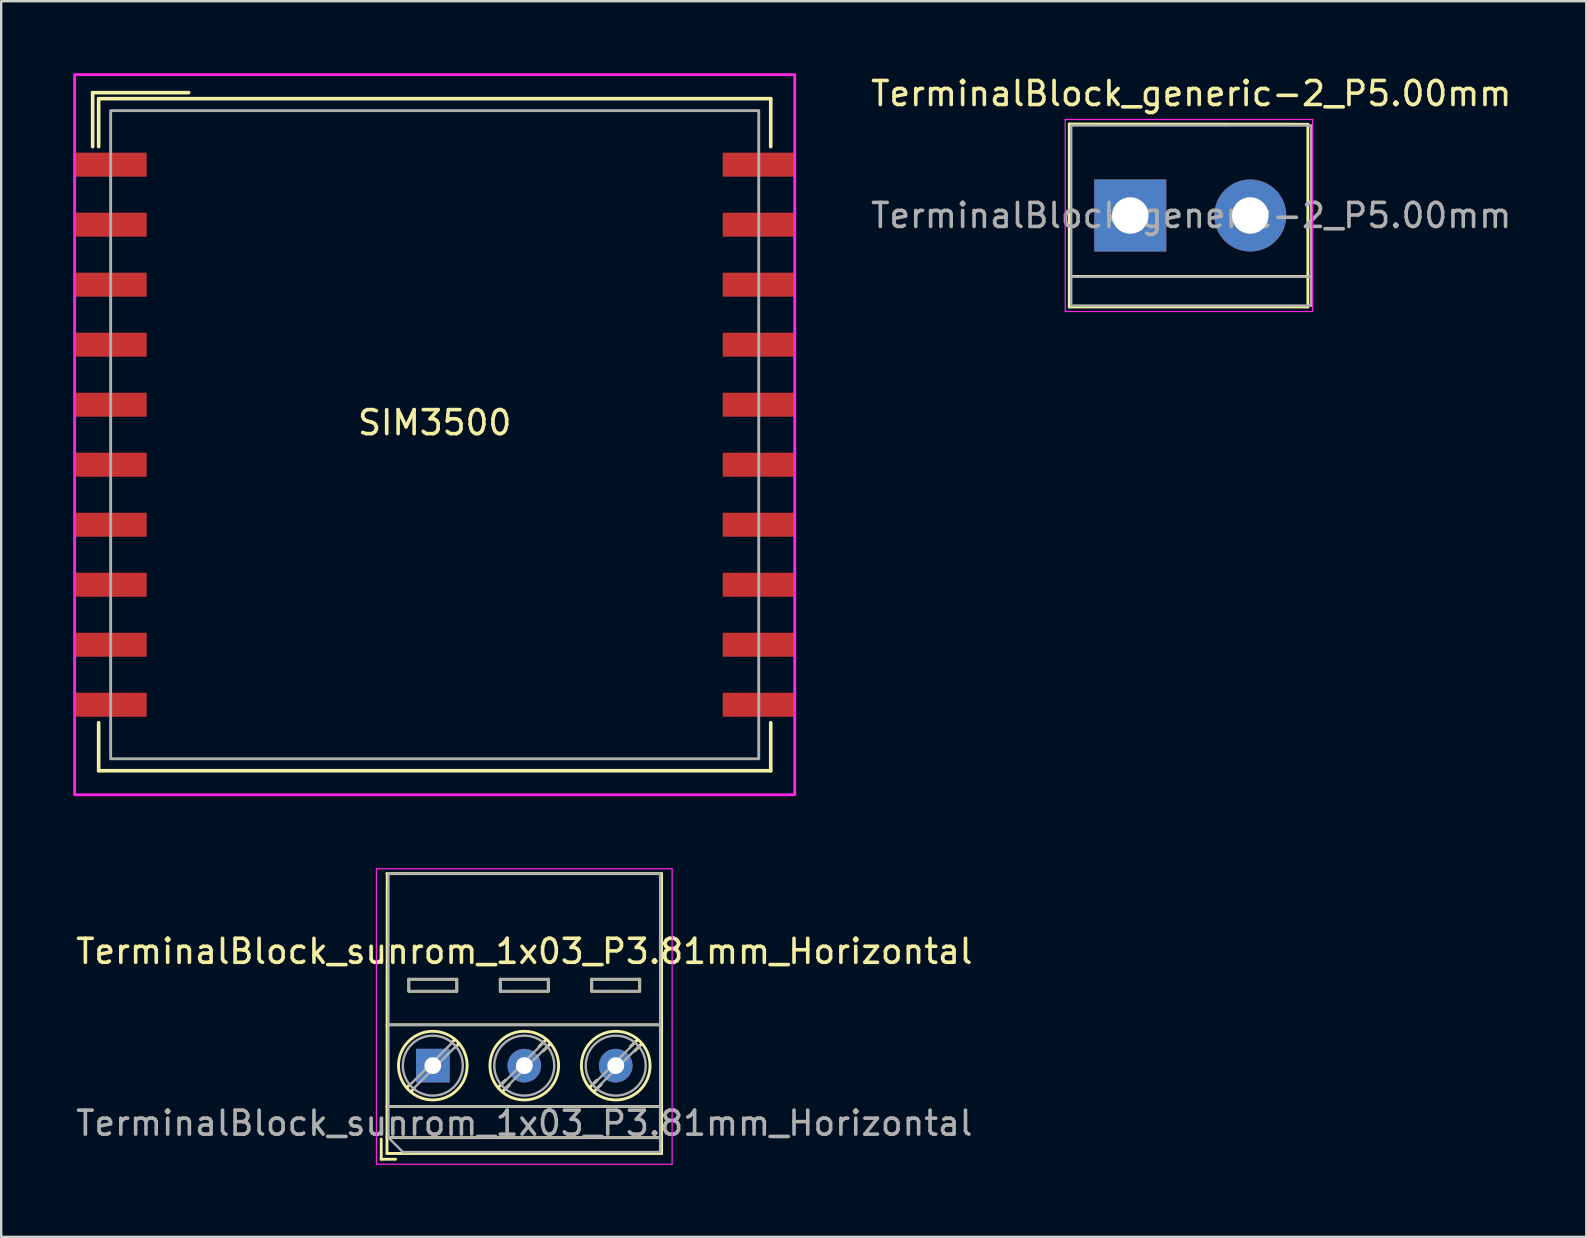
<source format=kicad_pcb>
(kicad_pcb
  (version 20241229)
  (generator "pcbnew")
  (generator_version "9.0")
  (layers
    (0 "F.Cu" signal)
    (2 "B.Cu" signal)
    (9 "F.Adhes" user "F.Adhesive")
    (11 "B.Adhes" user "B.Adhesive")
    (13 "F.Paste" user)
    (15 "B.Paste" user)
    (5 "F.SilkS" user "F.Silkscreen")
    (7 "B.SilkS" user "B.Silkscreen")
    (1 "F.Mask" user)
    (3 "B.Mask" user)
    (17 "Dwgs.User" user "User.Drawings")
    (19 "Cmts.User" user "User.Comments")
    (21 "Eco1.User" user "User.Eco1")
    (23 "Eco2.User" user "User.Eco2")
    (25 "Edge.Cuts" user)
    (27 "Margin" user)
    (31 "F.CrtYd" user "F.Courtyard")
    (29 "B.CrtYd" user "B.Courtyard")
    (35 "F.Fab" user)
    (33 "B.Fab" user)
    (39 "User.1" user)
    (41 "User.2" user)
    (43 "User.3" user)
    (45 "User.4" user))
  (footprint "TerminalBlock_sunrom_1x03_P3.81mm_Horizontal"
    (layer "F.Cu")
    (at 14.982 41.345)
    (property "Reference" "TerminalBlock_sunrom_1x03_P3.81mm_Horizontal" (at 3.81 -4.76 0) (layer "F.SilkS") (effects (font (size 1 1) (thickness 0.15))))
    (attr through_hole)
    (fp_line (start -2.15 3.06) (end -2.15 3.9) (stroke (width 0.12) (type solid)) (layer "F.SilkS"))
    (fp_line (start -2.15 3.9) (end -1.55 3.9) (stroke (width 0.12) (type solid)) (layer "F.SilkS"))
    (fp_line (start -1.91 -8) (end 9.53 -8) (stroke (width 0.12) (type solid)) (layer "F.SilkS"))
    (fp_line (start -1.91 -1.7) (end 9.53 -1.7) (stroke (width 0.12) (type solid)) (layer "F.SilkS"))
    (fp_line (start -1.91 1.701) (end 9.53 1.701) (stroke (width 0.12) (type solid)) (layer "F.SilkS"))
    (fp_line (start -1.91 3) (end 9.53 3) (stroke (width 0.12) (type solid)) (layer "F.SilkS"))
    (fp_line (start -1.91 3.66) (end 9.53 3.66) (stroke (width 0.12) (type solid)) (layer "F.SilkS"))
    (fp_line (start -1.9 -8) (end -1.91 3.66) (stroke (width 0.12) (type solid)) (layer "F.SilkS"))
    (fp_line (start -1 -3.6) (end -1 -3.1) (stroke (width 0.12) (type solid)) (layer "F.SilkS"))
    (fp_line (start -1 -3.6) (end 1 -3.6) (stroke (width 0.12) (type solid)) (layer "F.SilkS"))
    (fp_line (start -1 -3.1) (end 1 -3.1) (stroke (width 0.12) (type solid)) (layer "F.SilkS"))
    (fp_line (start -0.946 0.771) (end -1.085 0.91) (stroke (width 0.12) (type solid)) (layer "F.SilkS"))
    (fp_line (start -0.771 0.945) (end -0.911 1.085) (stroke (width 0.12) (type solid)) (layer "F.SilkS"))
    (fp_line (start 0.911 -1.085) (end 0.771 -0.945) (stroke (width 0.12) (type solid)) (layer "F.SilkS"))
    (fp_line (start 1 -3.6) (end 1 -3.1) (stroke (width 0.12) (type solid)) (layer "F.SilkS"))
    (fp_line (start 1.085 -0.91) (end 0.945 -0.771) (stroke (width 0.12) (type solid)) (layer "F.SilkS"))
    (fp_line (start 2.81 -3.6) (end 2.81 -3.1) (stroke (width 0.12) (type solid)) (layer "F.SilkS"))
    (fp_line (start 2.81 -3.6) (end 4.81 -3.6) (stroke (width 0.12) (type solid)) (layer "F.SilkS"))
    (fp_line (start 2.81 -3.1) (end 4.81 -3.1) (stroke (width 0.12) (type solid)) (layer "F.SilkS"))
    (fp_line (start 3.025 0.611) (end 2.726 0.91) (stroke (width 0.12) (type solid)) (layer "F.SilkS"))
    (fp_line (start 3.2 0.786) (end 2.9 1.085) (stroke (width 0.12) (type solid)) (layer "F.SilkS"))
    (fp_line (start 4.721 -1.085) (end 4.421 -0.786) (stroke (width 0.12) (type solid)) (layer "F.SilkS"))
    (fp_line (start 4.81 -3.6) (end 4.81 -3.1) (stroke (width 0.12) (type solid)) (layer "F.SilkS"))
    (fp_line (start 4.895 -0.91) (end 4.596 -0.611) (stroke (width 0.12) (type solid)) (layer "F.SilkS"))
    (fp_line (start 6.62 -3.6) (end 6.62 -3.1) (stroke (width 0.12) (type solid)) (layer "F.SilkS"))
    (fp_line (start 6.62 -3.6) (end 8.62 -3.6) (stroke (width 0.12) (type solid)) (layer "F.SilkS"))
    (fp_line (start 6.62 -3.1) (end 8.62 -3.1) (stroke (width 0.12) (type solid)) (layer "F.SilkS"))
    (fp_line (start 6.835 0.611) (end 6.536 0.91) (stroke (width 0.12) (type solid)) (layer "F.SilkS"))
    (fp_line (start 7.01 0.786) (end 6.71 1.085) (stroke (width 0.12) (type solid)) (layer "F.SilkS"))
    (fp_line (start 8.531 -1.085) (end 8.231 -0.786) (stroke (width 0.12) (type solid)) (layer "F.SilkS"))
    (fp_line (start 8.62 -3.6) (end 8.62 -3.1) (stroke (width 0.12) (type solid)) (layer "F.SilkS"))
    (fp_line (start 8.705 -0.91) (end 8.406 -0.611) (stroke (width 0.12) (type solid)) (layer "F.SilkS"))
    (fp_line (start 9.53 -8) (end 9.53 3.66) (stroke (width 0.12) (type solid)) (layer "F.SilkS"))
    (fp_circle (center 0 0) (end 1.43 0) (stroke (width 0.12) (type solid)) (fill no) (layer "F.SilkS"))
    (fp_circle (center 3.81 0) (end 5.24 0) (stroke (width 0.12) (type solid)) (fill no) (layer "F.SilkS"))
    (fp_circle (center 7.62 0) (end 9.05 0) (stroke (width 0.12) (type solid)) (fill no) (layer "F.SilkS"))
    (fp_line (start -2.35 -8.2) (end -2.35 4.11) (stroke (width 0.05) (type solid)) (layer "F.CrtYd"))
    (fp_line (start -2.35 4.11) (end 9.97 4.11) (stroke (width 0.05) (type solid)) (layer "F.CrtYd"))
    (fp_line (start 9.97 -8.2) (end -2.35 -8.2) (stroke (width 0.05) (type solid)) (layer "F.CrtYd"))
    (fp_line (start 9.97 4.11) (end 9.97 -8.2) (stroke (width 0.05) (type solid)) (layer "F.CrtYd"))
    (fp_line (start -1.85 -8) (end 9.47 -8) (stroke (width 0.1) (type solid)) (layer "F.Fab"))
    (fp_line (start -1.85 -1.7) (end 9.47 -1.7) (stroke (width 0.1) (type solid)) (layer "F.Fab"))
    (fp_line (start -1.85 1.7) (end 9.47 1.7) (stroke (width 0.1) (type solid)) (layer "F.Fab"))
    (fp_line (start -1.85 3) (end -1.85 -8) (stroke (width 0.1) (type solid)) (layer "F.Fab"))
    (fp_line (start -1.85 3) (end 9.47 3) (stroke (width 0.1) (type solid)) (layer "F.Fab"))
    (fp_line (start -1.25 3.6) (end -1.85 3) (stroke (width 0.1) (type solid)) (layer "F.Fab"))
    (fp_line (start -1 -3.6) (end -1 -3.1) (stroke (width 0.1) (type solid)) (layer "F.Fab"))
    (fp_line (start -1 -3.1) (end 1 -3.1) (stroke (width 0.1) (type solid)) (layer "F.Fab"))
    (fp_line (start 0.796 -0.948) (end -0.949 0.796) (stroke (width 0.1) (type solid)) (layer "F.Fab"))
    (fp_line (start 0.949 -0.796) (end -0.796 0.948) (stroke (width 0.1) (type solid)) (layer "F.Fab"))
    (fp_line (start 1 -3.6) (end -1 -3.6) (stroke (width 0.1) (type solid)) (layer "F.Fab"))
    (fp_line (start 1 -3.1) (end 1 -3.6) (stroke (width 0.1) (type solid)) (layer "F.Fab"))
    (fp_line (start 2.81 -3.6) (end 2.81 -3.1) (stroke (width 0.1) (type solid)) (layer "F.Fab"))
    (fp_line (start 2.81 -3.1) (end 4.81 -3.1) (stroke (width 0.1) (type solid)) (layer "F.Fab"))
    (fp_line (start 4.606 -0.948) (end 2.862 0.796) (stroke (width 0.1) (type solid)) (layer "F.Fab"))
    (fp_line (start 4.759 -0.796) (end 3.015 0.948) (stroke (width 0.1) (type solid)) (layer "F.Fab"))
    (fp_line (start 4.81 -3.6) (end 2.81 -3.6) (stroke (width 0.1) (type solid)) (layer "F.Fab"))
    (fp_line (start 4.81 -3.1) (end 4.81 -3.6) (stroke (width 0.1) (type solid)) (layer "F.Fab"))
    (fp_line (start 6.62 -3.6) (end 6.62 -3.1) (stroke (width 0.1) (type solid)) (layer "F.Fab"))
    (fp_line (start 6.62 -3.1) (end 8.62 -3.1) (stroke (width 0.1) (type solid)) (layer "F.Fab"))
    (fp_line (start 8.416 -0.948) (end 6.672 0.796) (stroke (width 0.1) (type solid)) (layer "F.Fab"))
    (fp_line (start 8.569 -0.796) (end 6.825 0.948) (stroke (width 0.1) (type solid)) (layer "F.Fab"))
    (fp_line (start 8.62 -3.6) (end 6.62 -3.6) (stroke (width 0.1) (type solid)) (layer "F.Fab"))
    (fp_line (start 8.62 -3.1) (end 8.62 -3.6) (stroke (width 0.1) (type solid)) (layer "F.Fab"))
    (fp_line (start 9.47 -8) (end 9.47 3.6) (stroke (width 0.1) (type solid)) (layer "F.Fab"))
    (fp_line (start 9.47 3.6) (end -1.25 3.6) (stroke (width 0.1) (type solid)) (layer "F.Fab"))
    (fp_circle (center 0 0) (end 1.25 0) (stroke (width 0.1) (type solid)) (fill no) (layer "F.Fab"))
    (fp_circle (center 3.81 0) (end 5.06 0) (stroke (width 0.1) (type solid)) (fill no) (layer "F.Fab"))
    (fp_circle (center 7.62 0) (end 8.87 0) (stroke (width 0.1) (type solid)) (fill no) (layer "F.Fab"))
    (fp_text user "${REFERENCE}" (at 3.81 2.4 0) (layer "F.Fab") (effects (font (size 1 1) (thickness 0.15))))
    (pad "1" thru_hole rect (at 0 0) (size 1.4 1.4) (drill 0.7) (layers "*.Cu" "*.Mask"))
    (pad "2" thru_hole circle (at 3.81 0) (size 1.4 1.4) (drill 0.7) (layers "*.Cu" "*.Mask"))
    (pad "3" thru_hole circle (at 7.62 0) (size 1.4 1.4) (drill 0.7) (layers "*.Cu" "*.Mask")))
  (footprint "TerminalBlock_generic-2_P5.00mm"
    (layer "F.Cu")
    (at 44.038 5.928)
    (property "Reference" "TerminalBlock_generic-2_P5.00mm" (at 2.54 -5.08 0) (layer "F.SilkS") (effects (font (size 1 1) (thickness 0.15))))
    (attr through_hole)
    (fp_line (start -2.54 -3.81) (end -2.54 3.81) (stroke (width 0.12) (type solid)) (layer "F.SilkS"))
    (fp_line (start -2.54 3.81) (end 7.4 3.81) (stroke (width 0.12) (type solid)) (layer "F.SilkS"))
    (fp_line (start 7.4 -3.8) (end -2.54 -3.81) (stroke (width 0.12) (type solid)) (layer "F.SilkS"))
    (fp_line (start 7.4 2.54) (end -2.54 2.54) (stroke (width 0.12) (type solid)) (layer "F.SilkS"))
    (fp_line (start 7.4 3.81) (end 7.4 -3.8) (stroke (width 0.12) (type solid)) (layer "F.SilkS"))
    (fp_line (start -2.71 -4) (end -2.71 4) (stroke (width 0.05) (type solid)) (layer "F.CrtYd"))
    (fp_line (start -2.71 -4) (end 7.6 -4) (stroke (width 0.05) (type solid)) (layer "F.CrtYd"))
    (fp_line (start 7.6 4) (end -2.71 4) (stroke (width 0.05) (type solid)) (layer "F.CrtYd"))
    (fp_line (start 7.6 4) (end 7.6 -4) (stroke (width 0.05) (type solid)) (layer "F.CrtYd"))
    (fp_line (start -2.46 -3.75) (end -2.46 3.75) (stroke (width 0.1) (type solid)) (layer "F.Fab"))
    (fp_line (start -2.46 3.75) (end 7.54 3.75) (stroke (width 0.1) (type solid)) (layer "F.Fab"))
    (fp_line (start -2.41 2.55) (end 7.49 2.55) (stroke (width 0.1) (type solid)) (layer "F.Fab"))
    (fp_line (start 7.54 -3.75) (end -2.46 -3.75) (stroke (width 0.1) (type solid)) (layer "F.Fab"))
    (fp_line (start 7.54 3.75) (end 7.54 -3.75) (stroke (width 0.1) (type solid)) (layer "F.Fab"))
    (fp_text user "${REFERENCE}" (at 2.54 0 0) (layer "F.Fab") (effects (font (size 1 1) (thickness 0.15))))
    (pad "1" thru_hole rect (at 0 0) (size 3 3) (drill 1.52) (layers "*.Cu" "*.Mask"))
    (pad "2" thru_hole circle (at 5 0) (size 3 3) (drill 1.52) (layers "*.Cu" "*.Mask")))
  (footprint "SIM3500"
    (layer "F.Cu")
    (at 15.06 15.06)
    (property "Reference" "SIM3500" (at 0 -0.5 0) (unlocked yes) (layer "F.SilkS") (effects (font (size 1 1) (thickness 0.15))))
    (attr smd)
    (fp_line (start -14.25 -14.25) (end -14.25 -12) (stroke (width 0.15) (type solid)) (layer "F.SilkS"))
    (fp_line (start -14.25 -14.25) (end -10.25 -14.25) (stroke (width 0.15) (type solid)) (layer "F.SilkS"))
    (fp_line (start -14 -14) (end -14 -12) (stroke (width 0.15) (type solid)) (layer "F.SilkS"))
    (fp_line (start -14 -14) (end 14 -14) (stroke (width 0.15) (type solid)) (layer "F.SilkS"))
    (fp_line (start -14 14) (end -14 12) (stroke (width 0.15) (type solid)) (layer "F.SilkS"))
    (fp_line (start 14 -14) (end 14 -12) (stroke (width 0.15) (type solid)) (layer "F.SilkS"))
    (fp_line (start 14 12) (end 14 14) (stroke (width 0.15) (type solid)) (layer "F.SilkS"))
    (fp_line (start 14 14) (end -14 14) (stroke (width 0.15) (type solid)) (layer "F.SilkS"))
    (fp_rect (start -15 -15) (end 15 15) (stroke (width 0.12) (type solid)) (fill no) (layer "F.CrtYd"))
    (fp_rect (start -13.5 -13.5) (end 13.5 13.5) (stroke (width 0.12) (type solid)) (fill no) (layer "F.Fab"))
    (pad "1" smd rect (at -13.5 -11.25) (size 3 1) (layers "F.Cu" "F.Mask" "F.Paste"))
    (pad "2" smd rect (at -13.5 -8.75) (size 3 1) (layers "F.Cu" "F.Mask" "F.Paste"))
    (pad "3" smd rect (at -13.5 -6.25) (size 3 1) (layers "F.Cu" "F.Mask" "F.Paste"))
    (pad "4" smd rect (at -13.5 -3.75) (size 3 1) (layers "F.Cu" "F.Mask" "F.Paste"))
    (pad "5" smd rect (at -13.5 -1.25) (size 3 1) (layers "F.Cu" "F.Mask" "F.Paste"))
    (pad "6" smd rect (at -13.5 1.25) (size 3 1) (layers "F.Cu" "F.Mask" "F.Paste"))
    (pad "7" smd rect (at -13.5 3.75) (size 3 1) (layers "F.Cu" "F.Mask" "F.Paste"))
    (pad "8" smd rect (at -13.5 6.25) (size 3 1) (layers "F.Cu" "F.Mask" "F.Paste"))
    (pad "9" smd rect (at -13.5 8.75) (size 3 1) (layers "F.Cu" "F.Mask" "F.Paste"))
    (pad "10" smd rect (at -13.5 11.25) (size 3 1) (layers "F.Cu" "F.Mask" "F.Paste"))
    (pad "11" smd rect (at 13.5 -11.25) (size 3 1) (layers "F.Cu" "F.Mask" "F.Paste"))
    (pad "12" smd rect (at 13.5 -8.75) (size 3 1) (layers "F.Cu" "F.Mask" "F.Paste"))
    (pad "13" smd rect (at 13.5 -6.25) (size 3 1) (layers "F.Cu" "F.Mask" "F.Paste"))
    (pad "14" smd rect (at 13.5 -3.75) (size 3 1) (layers "F.Cu" "F.Mask" "F.Paste"))
    (pad "15" smd rect (at 13.5 -1.25) (size 3 1) (layers "F.Cu" "F.Mask" "F.Paste"))
    (pad "16" smd rect (at 13.5 1.25) (size 3 1) (layers "F.Cu" "F.Mask" "F.Paste"))
    (pad "17" smd rect (at 13.5 3.75) (size 3 1) (layers "F.Cu" "F.Mask" "F.Paste"))
    (pad "18" smd rect (at 13.5 6.25) (size 3 1) (layers "F.Cu" "F.Mask" "F.Paste"))
    (pad "19" smd rect (at 13.5 8.75) (size 3 1) (layers "F.Cu" "F.Mask" "F.Paste"))
    (pad "20" smd rect (at 13.5 11.25) (size 3 1) (layers "F.Cu" "F.Mask" "F.Paste")))
  (gr_rect
    (start -3 -3)
    (end 63.037 48.48)
    (stroke (width 0.1) (type default))
    (fill no)
    (layer "Edge.Cuts")))
</source>
